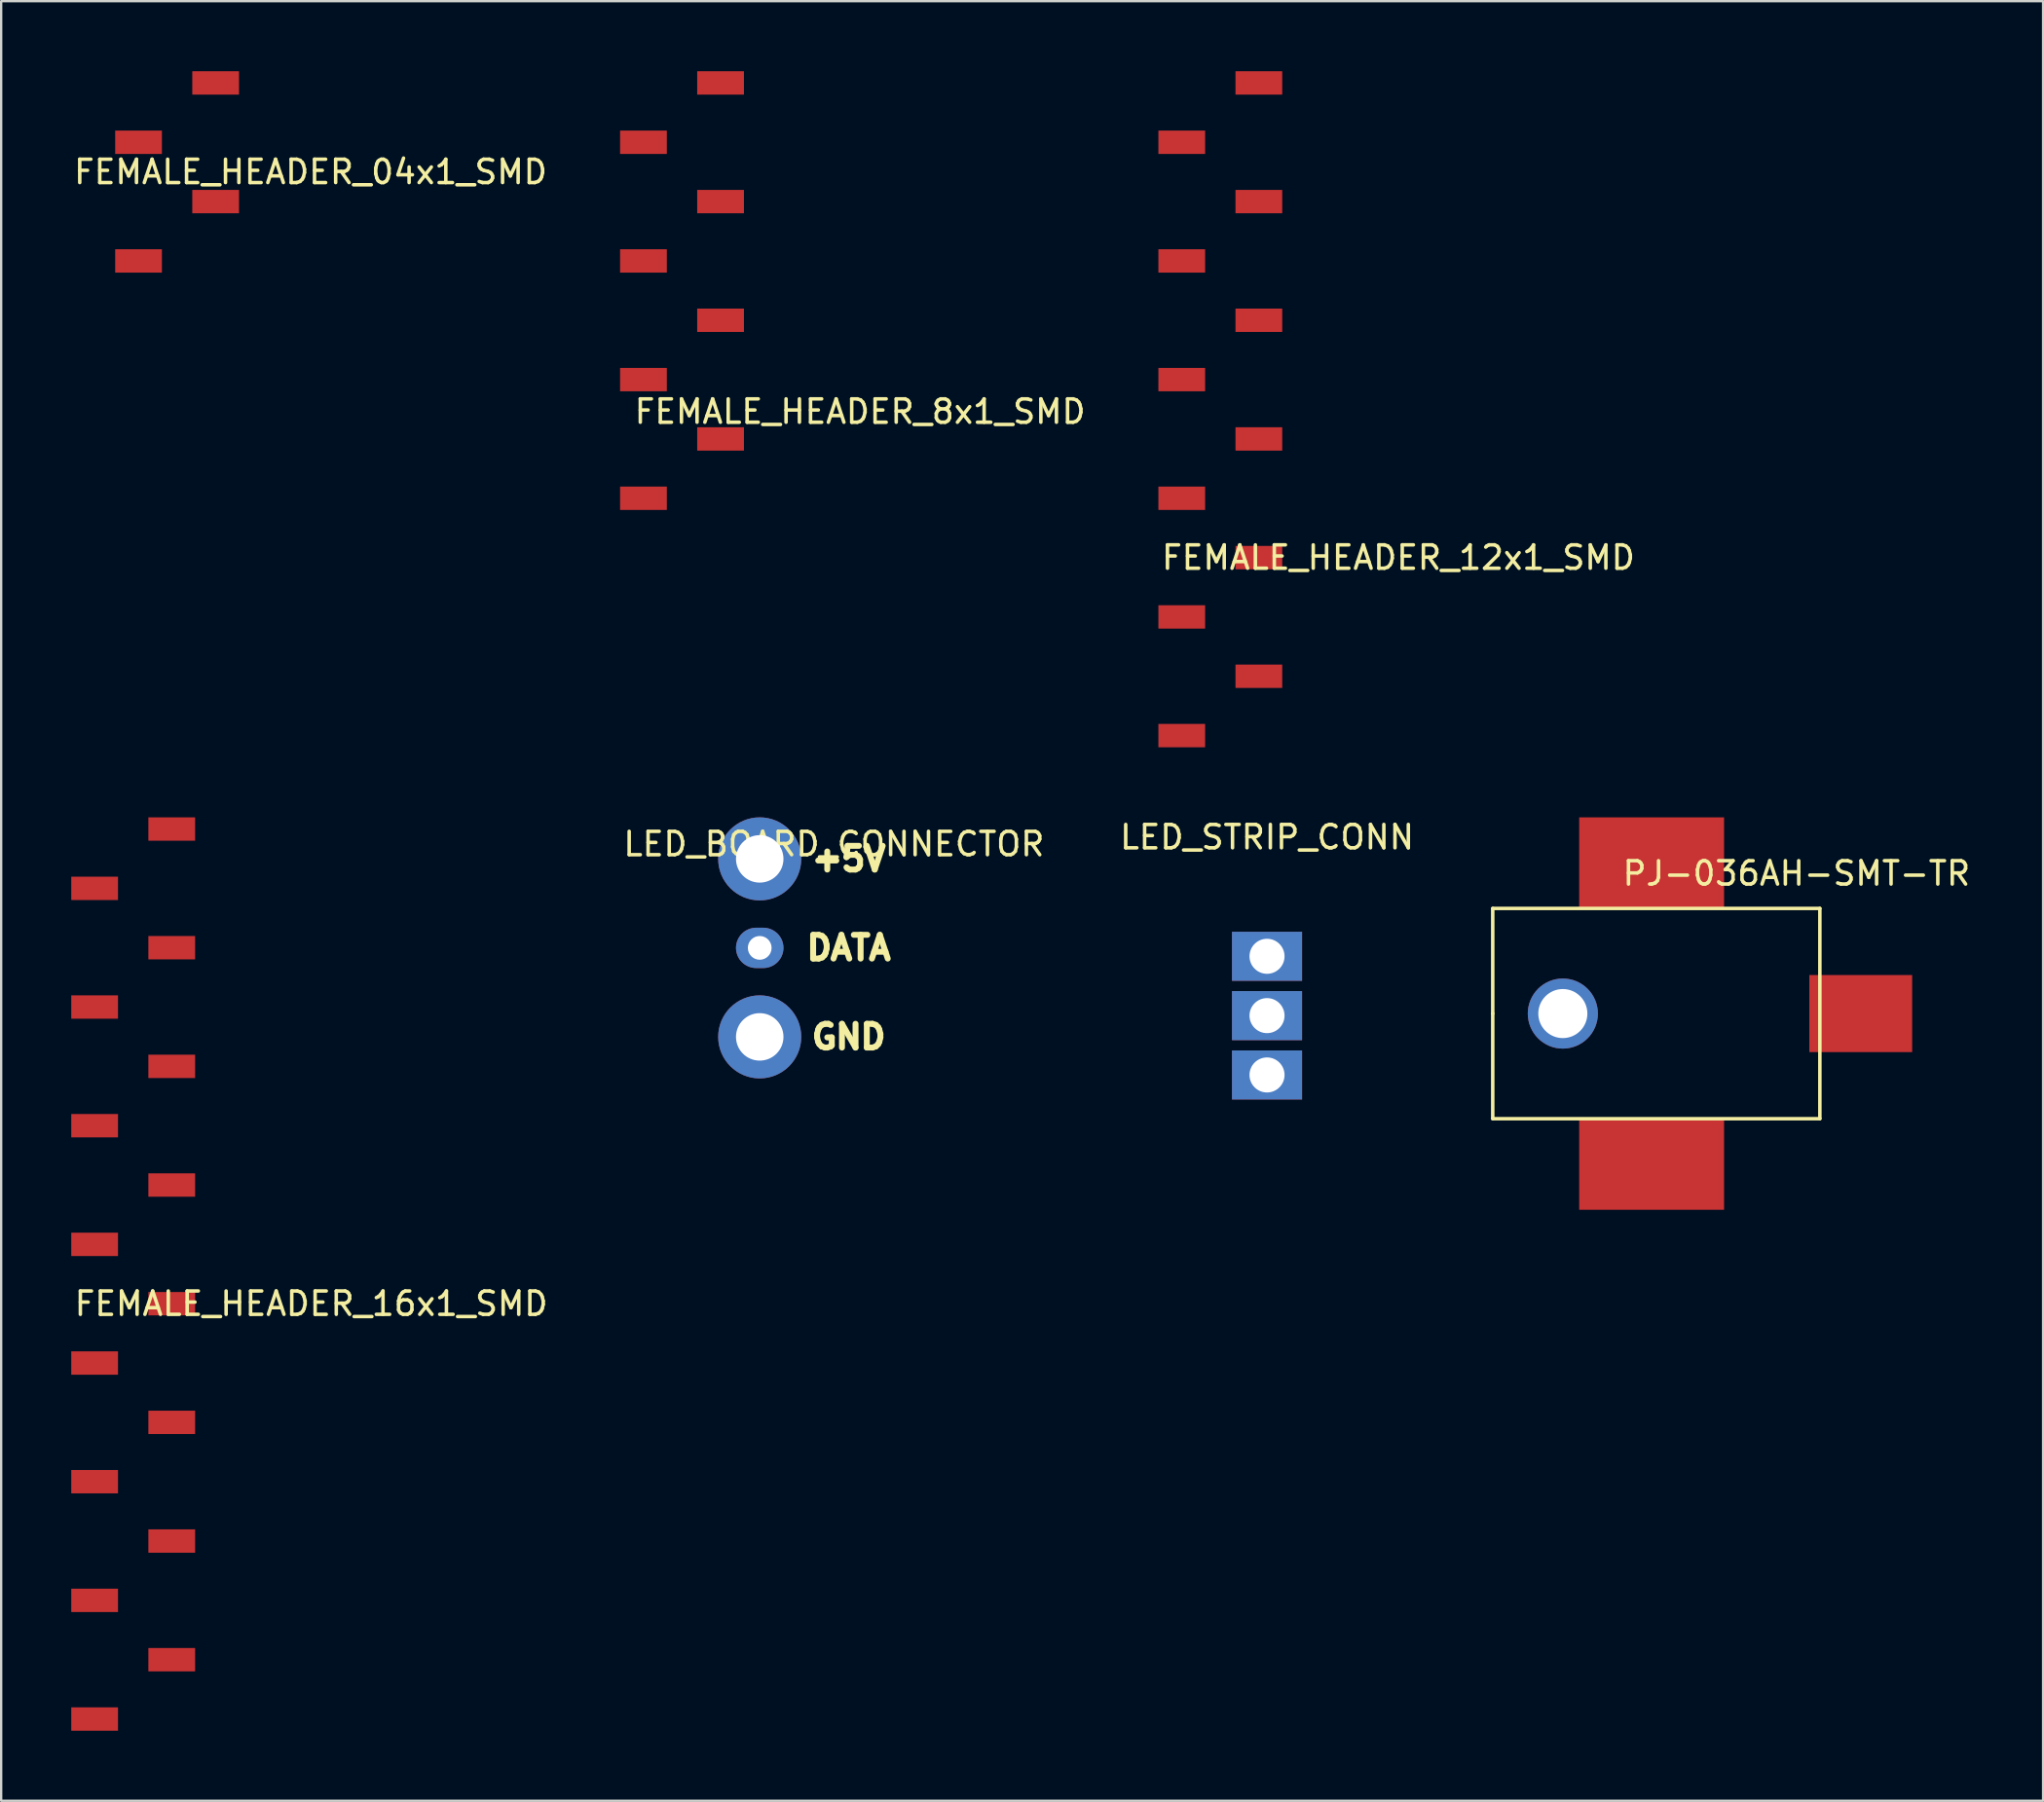
<source format=kicad_pcb>
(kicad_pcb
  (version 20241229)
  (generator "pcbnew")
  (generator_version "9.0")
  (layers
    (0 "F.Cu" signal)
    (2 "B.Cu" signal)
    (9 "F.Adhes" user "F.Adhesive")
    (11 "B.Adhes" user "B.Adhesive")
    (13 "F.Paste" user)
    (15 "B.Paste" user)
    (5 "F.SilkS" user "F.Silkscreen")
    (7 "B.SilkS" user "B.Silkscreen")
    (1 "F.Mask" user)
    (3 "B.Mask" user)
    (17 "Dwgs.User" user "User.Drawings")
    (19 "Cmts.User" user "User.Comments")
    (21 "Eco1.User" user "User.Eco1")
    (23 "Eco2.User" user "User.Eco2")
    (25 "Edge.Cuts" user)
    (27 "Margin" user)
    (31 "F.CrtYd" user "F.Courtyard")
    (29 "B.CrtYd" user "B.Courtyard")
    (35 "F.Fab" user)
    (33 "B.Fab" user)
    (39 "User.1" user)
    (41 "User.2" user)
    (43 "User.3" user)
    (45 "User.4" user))
  (footprint "FEMALE_HEADER_16x1_SMD"
    (layer "F.Cu")
    (at 2.65 47.68)
    (property "Reference" "FEMALE_HEADER_16x1_SMD" (at 7.62 5.08 0) (layer "F.SilkS") (effects (font (size 1 1) (thickness 0.15))))
    (attr through_hole)
    (pad "1" smd rect (at 1.65 -15.24) (size 2 1) (layers "F.Cu" "F.Mask" "F.Paste"))
    (pad "2" smd rect (at -1.65 -12.7) (size 2 1) (layers "F.Cu" "F.Mask" "F.Paste"))
    (pad "3" smd rect (at 1.65 -10.16) (size 2 1) (layers "F.Cu" "F.Mask" "F.Paste"))
    (pad "4" smd rect (at -1.65 -7.62) (size 2 1) (layers "F.Cu" "F.Mask" "F.Paste"))
    (pad "5" smd rect (at 1.65 -5.08) (size 2 1) (layers "F.Cu" "F.Mask" "F.Paste"))
    (pad "6" smd rect (at -1.65 -2.54) (size 2 1) (layers "F.Cu" "F.Mask" "F.Paste"))
    (pad "7" smd rect (at 1.65 0) (size 2 1) (layers "F.Cu" "F.Mask" "F.Paste"))
    (pad "8" smd rect (at -1.65 2.54) (size 2 1) (layers "F.Cu" "F.Mask" "F.Paste"))
    (pad "9" smd rect (at 1.65 5.08) (size 2 1) (layers "F.Cu" "F.Mask" "F.Paste"))
    (pad "10" smd rect (at -1.65 7.62) (size 2 1) (layers "F.Cu" "F.Mask" "F.Paste"))
    (pad "11" smd rect (at 1.65 10.16) (size 2 1) (layers "F.Cu" "F.Mask" "F.Paste"))
    (pad "12" smd rect (at -1.65 12.7) (size 2 1) (layers "F.Cu" "F.Mask" "F.Paste"))
    (pad "13" smd rect (at 1.65 15.24) (size 2 1) (layers "F.Cu" "F.Mask" "F.Paste"))
    (pad "14" smd rect (at -1.65 17.78) (size 2 1) (layers "F.Cu" "F.Mask" "F.Paste"))
    (pad "15" smd rect (at 1.65 20.32) (size 2 1) (layers "F.Cu" "F.Mask" "F.Paste"))
    (pad "16" smd rect (at -1.65 22.86) (size 2 1) (layers "F.Cu" "F.Mask" "F.Paste")))
  (footprint "FEMALE_HEADER_12x1_SMD"
    (layer "F.Cu")
    (at 49.176 15.74)
    (property "Reference" "FEMALE_HEADER_12x1_SMD" (at 7.62 5.08 0) (layer "F.SilkS") (effects (font (size 1 1) (thickness 0.15))))
    (attr through_hole)
    (pad "1" smd rect (at 1.65 -15.24) (size 2 1) (layers "F.Cu" "F.Mask" "F.Paste"))
    (pad "2" smd rect (at -1.65 -12.7) (size 2 1) (layers "F.Cu" "F.Mask" "F.Paste"))
    (pad "3" smd rect (at 1.65 -10.16) (size 2 1) (layers "F.Cu" "F.Mask" "F.Paste"))
    (pad "4" smd rect (at -1.65 -7.62) (size 2 1) (layers "F.Cu" "F.Mask" "F.Paste"))
    (pad "5" smd rect (at 1.65 -5.08) (size 2 1) (layers "F.Cu" "F.Mask" "F.Paste"))
    (pad "6" smd rect (at -1.65 -2.54) (size 2 1) (layers "F.Cu" "F.Mask" "F.Paste"))
    (pad "7" smd rect (at 1.65 0) (size 2 1) (layers "F.Cu" "F.Mask" "F.Paste"))
    (pad "8" smd rect (at -1.65 2.54) (size 2 1) (layers "F.Cu" "F.Mask" "F.Paste"))
    (pad "9" smd rect (at 1.65 5.08) (size 2 1) (layers "F.Cu" "F.Mask" "F.Paste"))
    (pad "10" smd rect (at -1.65 7.62) (size 2 1) (layers "F.Cu" "F.Mask" "F.Paste"))
    (pad "11" smd rect (at 1.65 10.16) (size 2 1) (layers "F.Cu" "F.Mask" "F.Paste"))
    (pad "12" smd rect (at -1.65 12.7) (size 2 1) (layers "F.Cu" "F.Mask" "F.Paste")))
  (footprint "LED_STRIP_CONN"
    (layer "F.Cu")
    (at 51.175 40.428)
    (property "Reference" "LED_STRIP_CONN" (at 0 -7.64 0) (layer "F.SilkS") (effects (font (size 1 1) (thickness 0.15))))
    (attr through_hole)
    (pad "1" thru_hole rect (at 0 -2.54) (size 3 2.1) (drill 1.5) (layers "*.Cu" "*.Mask"))
    (pad "2" thru_hole rect (at 0 0) (size 3 2.1) (drill 1.5) (layers "*.Cu" "*.Mask"))
    (pad "3" thru_hole rect (at 0 2.54) (size 3 2.1) (drill 1.5) (layers "*.Cu" "*.Mask")))
  (footprint "PJ-036AH-SMT-TR"
    (layer "F.Cu")
    (at 60.835 40.34)
    (property "Reference" "PJ-036AH-SMT-TR" (at 13 -6 180) (layer "F.SilkS") (effects (font (size 1 1) (thickness 0.15))))
    (attr through_hole)
    (fp_line (start 0 0) (end 0 -4.5) (stroke (width 0.15) (type solid)) (layer "F.SilkS"))
    (fp_line (start 0 0) (end 0 4.5) (stroke (width 0.15) (type solid)) (layer "F.SilkS"))
    (fp_line (start 0 4.5) (end 14 4.5) (stroke (width 0.15) (type solid)) (layer "F.SilkS"))
    (fp_line (start 14 -4.5) (end 0 -4.5) (stroke (width 0.15) (type solid)) (layer "F.SilkS"))
    (fp_line (start 14 4.5) (end 14 -4.5) (stroke (width 0.15) (type solid)) (layer "F.SilkS"))
    (pad "" np_thru_hole circle (at 3 0) (size 3 3) (drill 2.1) (layers "*.Cu" "*.Mask"))
    (pad "1" smd rect (at 15.75 0) (size 4.4 3.3) (layers "F.Cu" "F.Mask" "F.Paste"))
    (pad "2" smd rect (at 6.8 -6.45) (size 6.2 3.9) (layers "F.Cu" "F.Mask" "F.Paste"))
    (pad "3" smd rect (at 6.8 6.45) (size 6.2 3.9) (layers "F.Cu" "F.Mask" "F.Paste")))
  (footprint "FEMALE_HEADER_8x1_SMD"
    (layer "F.Cu")
    (at 26.138 9.49)
    (property "Reference" "FEMALE_HEADER_8x1_SMD" (at 7.62 5.08 0) (layer "F.SilkS") (effects (font (size 1 1) (thickness 0.15))))
    (attr through_hole)
    (pad "1" smd rect (at 1.65 -8.99) (size 2 1) (layers "F.Cu" "F.Mask" "F.Paste"))
    (pad "2" smd rect (at -1.65 -6.45) (size 2 1) (layers "F.Cu" "F.Mask" "F.Paste"))
    (pad "3" smd rect (at 1.65 -3.91) (size 2 1) (layers "F.Cu" "F.Mask" "F.Paste"))
    (pad "4" smd rect (at -1.65 -1.37) (size 2 1) (layers "F.Cu" "F.Mask" "F.Paste"))
    (pad "5" smd rect (at 1.65 1.17) (size 2 1) (layers "F.Cu" "F.Mask" "F.Paste"))
    (pad "6" smd rect (at -1.65 3.71) (size 2 1) (layers "F.Cu" "F.Mask" "F.Paste"))
    (pad "7" smd rect (at 1.65 6.25) (size 2 1) (layers "F.Cu" "F.Mask" "F.Paste"))
    (pad "8" smd rect (at -1.65 8.79) (size 2 1) (layers "F.Cu" "F.Mask" "F.Paste")))
  (footprint "LED_BOARD_CONNECTOR"
    (layer "F.Cu")
    (at 29.464 33.718)
    (property "Reference" "LED_BOARD_CONNECTOR" (at 3.175 -0.635 0) (layer "F.SilkS") (effects (font (size 1 1) (thickness 0.15))))
    (attr through_hole)
    (fp_text user "GND" (at 3.81 7.62 0) (layer "F.SilkS") (effects (font (size 1.016 1.016) (thickness 0.254))))
    (fp_text user "+5V" (at 3.81 0 0) (layer "F.SilkS") (effects (font (size 1.016 1.016) (thickness 0.254))))
    (fp_text user "DATA" (at 3.81 3.81 0) (layer "F.SilkS") (effects (font (size 1.016 1.016) (thickness 0.254))))
    (pad "1" thru_hole circle (at 0 0) (size 3.556 3.556) (drill 2.032) (layers "*.Cu" "*.Mask"))
    (pad "2" thru_hole oval (at 0 3.81) (size 2.032 1.727) (drill 1.016) (layers "*.Cu" "*.Mask"))
    (pad "3" thru_hole circle (at 0 7.62) (size 3.556 3.556) (drill 2.032) (layers "*.Cu" "*.Mask")))
  (footprint "FEMALE_HEADER_04x1_SMD"
    (layer "F.Cu")
    (at 4.529 4.31)
    (property "Reference" "FEMALE_HEADER_04x1_SMD" (at 5.715 0 0) (layer "F.SilkS") (effects (font (size 1 1) (thickness 0.15))))
    (attr through_hole)
    (pad "1" smd rect (at 1.65 -3.81) (size 2 1) (layers "F.Cu" "F.Mask" "F.Paste"))
    (pad "2" smd rect (at -1.65 -1.27) (size 2 1) (layers "F.Cu" "F.Mask" "F.Paste"))
    (pad "3" smd rect (at 1.65 1.27) (size 2 1) (layers "F.Cu" "F.Mask" "F.Paste"))
    (pad "4" smd rect (at -1.65 3.81) (size 2 1) (layers "F.Cu" "F.Mask" "F.Paste")))
  (gr_rect
    (start -3 -3)
    (end 84.389 74.04)
    (stroke (width 0.1) (type default))
    (fill no)
    (layer "Edge.Cuts")))
</source>
